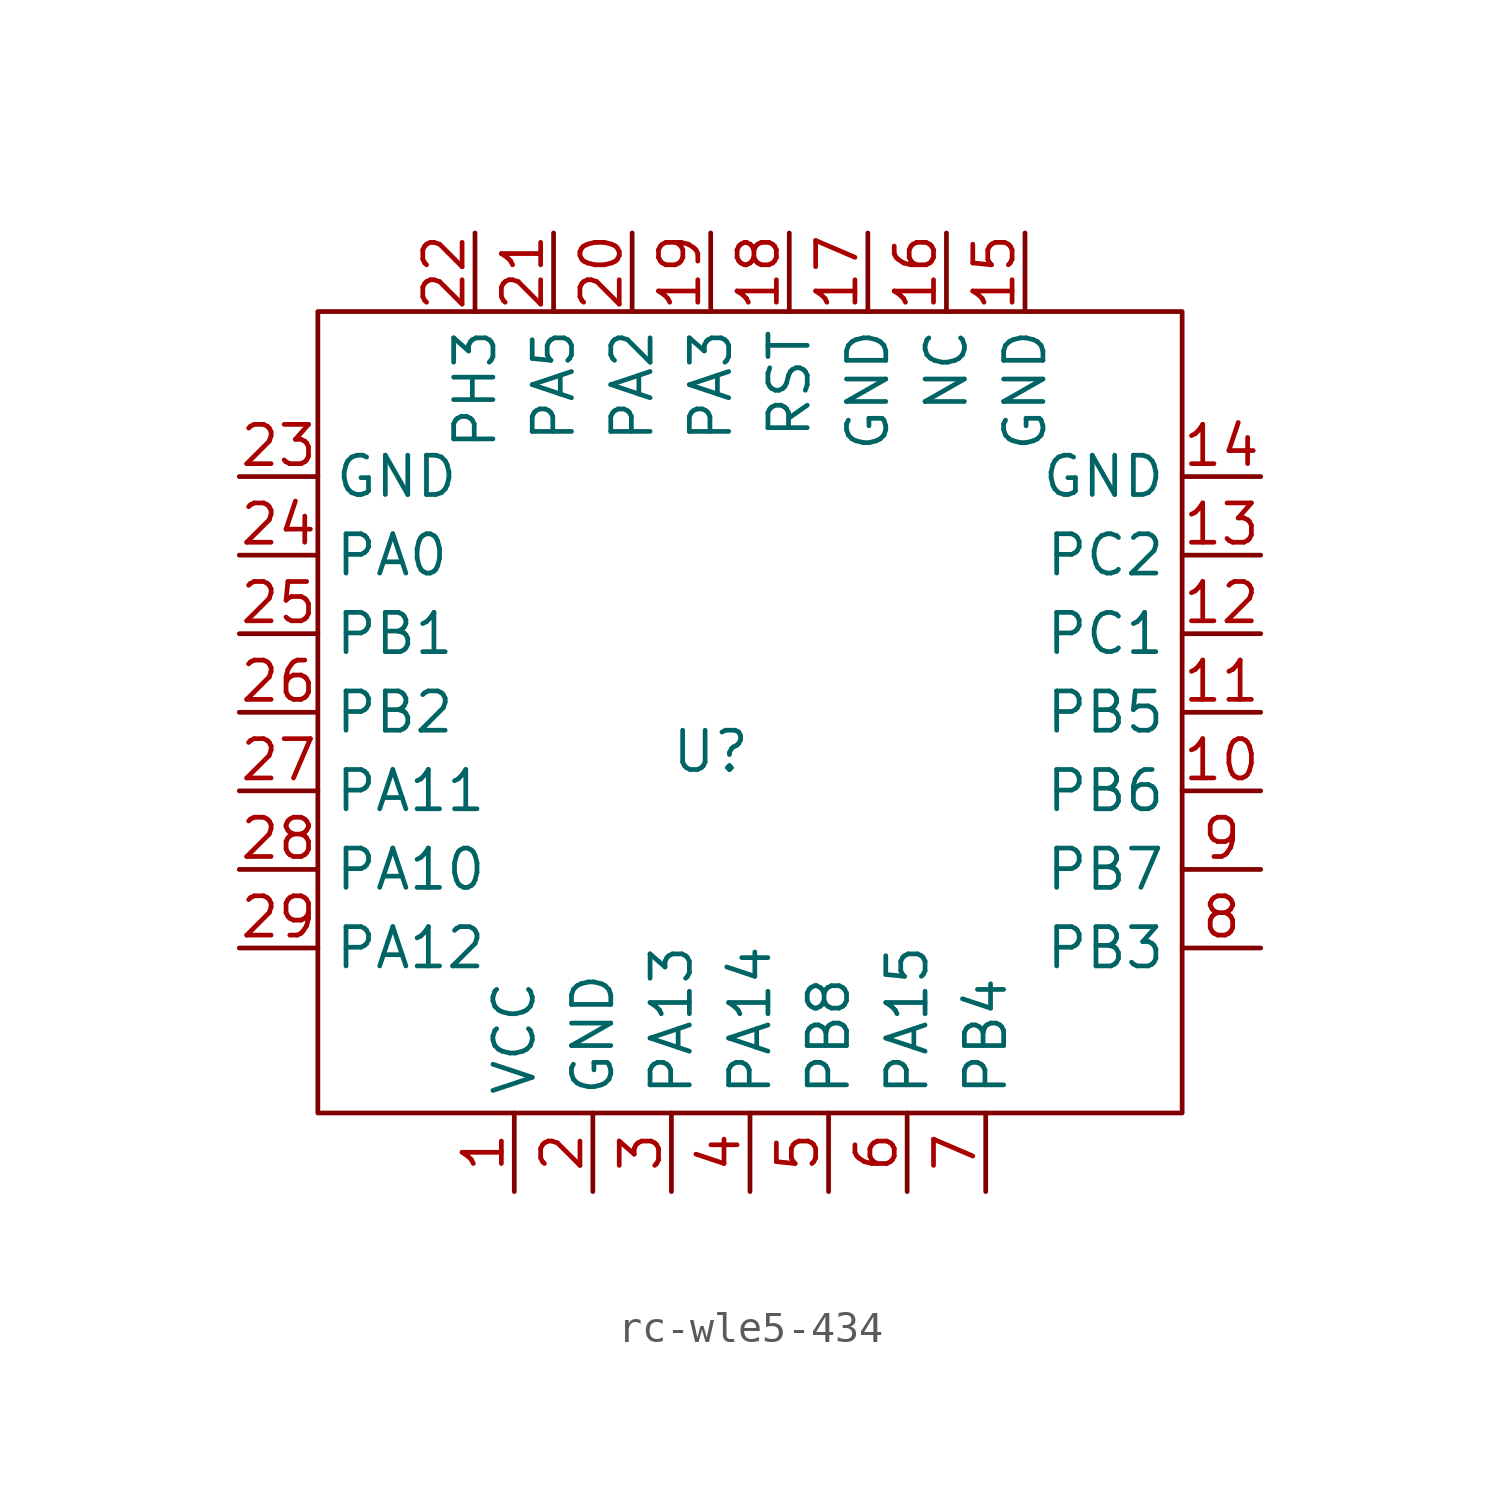
<source format=kicad_sym>
(kicad_symbol_lib
  (version 20241209)
  (generator "kicad_symbol_editor")
  (generator_version "9.0")
  (symbol "rc-wle5-434"
    (property "Reference" "U"
      (at -1.27 -1.27 0)
      (effects (font (size 1.27 1.27))))
    (property "Value" ""
      (at 0 0 0)
      (effects (font (size 1.27 1.27))))
    (symbol "rc-wle5-434_0_1"
      (rectangle (start -13.97 12.954) (end 13.97 -12.954) (stroke (width 0) (type default)) (fill (type none))))
    (symbol "rc-wle5-434_1_1"
      (pin input line (at -16.51 7.62 0) (length 2.54) (name "GND" (effects (font (size 1.27 1.27)))) (number "23" (effects (font (size 1.27 1.27)))))
      (pin input line (at -16.51 5.08 0) (length 2.54) (name "PA0" (effects (font (size 1.27 1.27)))) (number "24" (effects (font (size 1.27 1.27)))))
      (pin input line (at -16.51 2.54 0) (length 2.54) (name "PB1" (effects (font (size 1.27 1.27)))) (number "25" (effects (font (size 1.27 1.27)))))
      (pin input line (at -16.51 0 0) (length 2.54) (name "PB2" (effects (font (size 1.27 1.27)))) (number "26" (effects (font (size 1.27 1.27)))))
      (pin input line (at -16.51 -2.54 0) (length 2.54) (name "PA11" (effects (font (size 1.27 1.27)))) (number "27" (effects (font (size 1.27 1.27)))))
      (pin input line (at -16.51 -5.08 0) (length 2.54) (name "PA10" (effects (font (size 1.27 1.27)))) (number "28" (effects (font (size 1.27 1.27)))))
      (pin input line (at -16.51 -7.62 0) (length 2.54) (name "PA12" (effects (font (size 1.27 1.27)))) (number "29" (effects (font (size 1.27 1.27)))))
      (pin input line (at -8.89 15.494 270) (length 2.54) (name "PH3" (effects (font (size 1.27 1.27)))) (number "22" (effects (font (size 1.27 1.27)))))
      (pin input line (at -7.62 -15.494 90) (length 2.54) (name "VCC" (effects (font (size 1.27 1.27)))) (number "1" (effects (font (size 1.27 1.27)))))
      (pin input line (at -6.35 15.494 270) (length 2.54) (name "PA5" (effects (font (size 1.27 1.27)))) (number "21" (effects (font (size 1.27 1.27)))))
      (pin input line (at -5.08 -15.494 90) (length 2.54) (name "GND" (effects (font (size 1.27 1.27)))) (number "2" (effects (font (size 1.27 1.27)))))
      (pin input line (at -3.81 15.494 270) (length 2.54) (name "PA2" (effects (font (size 1.27 1.27)))) (number "20" (effects (font (size 1.27 1.27)))))
      (pin input line (at -2.54 -15.494 90) (length 2.54) (name "PA13" (effects (font (size 1.27 1.27)))) (number "3" (effects (font (size 1.27 1.27)))))
      (pin input line (at -1.27 15.494 270) (length 2.54) (name "PA3" (effects (font (size 1.27 1.27)))) (number "19" (effects (font (size 1.27 1.27)))))
      (pin input line (at 0 -15.494 90) (length 2.54) (name "PA14" (effects (font (size 1.27 1.27)))) (number "4" (effects (font (size 1.27 1.27)))))
      (pin input line (at 1.27 15.494 270) (length 2.54) (name "RST" (effects (font (size 1.27 1.27)))) (number "18" (effects (font (size 1.27 1.27)))))
      (pin input line (at 2.54 -15.494 90) (length 2.54) (name "PB8" (effects (font (size 1.27 1.27)))) (number "5" (effects (font (size 1.27 1.27)))))
      (pin input line (at 3.81 15.494 270) (length 2.54) (name "GND" (effects (font (size 1.27 1.27)))) (number "17" (effects (font (size 1.27 1.27)))))
      (pin input line (at 5.08 -15.494 90) (length 2.54) (name "PA15" (effects (font (size 1.27 1.27)))) (number "6" (effects (font (size 1.27 1.27)))))
      (pin input line (at 6.35 15.494 270) (length 2.54) (name "NC" (effects (font (size 1.27 1.27)))) (number "16" (effects (font (size 1.27 1.27)))))
      (pin input line (at 7.62 -15.494 90) (length 2.54) (name "PB4" (effects (font (size 1.27 1.27)))) (number "7" (effects (font (size 1.27 1.27)))))
      (pin input line (at 8.89 15.494 270) (length 2.54) (name "GND" (effects (font (size 1.27 1.27)))) (number "15" (effects (font (size 1.27 1.27)))))
      (pin input line (at 16.51 7.62 180) (length 2.54) (name "GND" (effects (font (size 1.27 1.27)))) (number "14" (effects (font (size 1.27 1.27)))))
      (pin input line (at 16.51 5.08 180) (length 2.54) (name "PC2" (effects (font (size 1.27 1.27)))) (number "13" (effects (font (size 1.27 1.27)))))
      (pin input line (at 16.51 2.54 180) (length 2.54) (name "PC1" (effects (font (size 1.27 1.27)))) (number "12" (effects (font (size 1.27 1.27)))))
      (pin input line (at 16.51 0 180) (length 2.54) (name "PB5" (effects (font (size 1.27 1.27)))) (number "11" (effects (font (size 1.27 1.27)))))
      (pin input line (at 16.51 -2.54 180) (length 2.54) (name "PB6" (effects (font (size 1.27 1.27)))) (number "10" (effects (font (size 1.27 1.27)))))
      (pin input line (at 16.51 -5.08 180) (length 2.54) (name "PB7" (effects (font (size 1.27 1.27)))) (number "9" (effects (font (size 1.27 1.27)))))
      (pin input line (at 16.51 -7.62 180) (length 2.54) (name "PB3" (effects (font (size 1.27 1.27)))) (number "8" (effects (font (size 1.27 1.27))))))))
</source>
